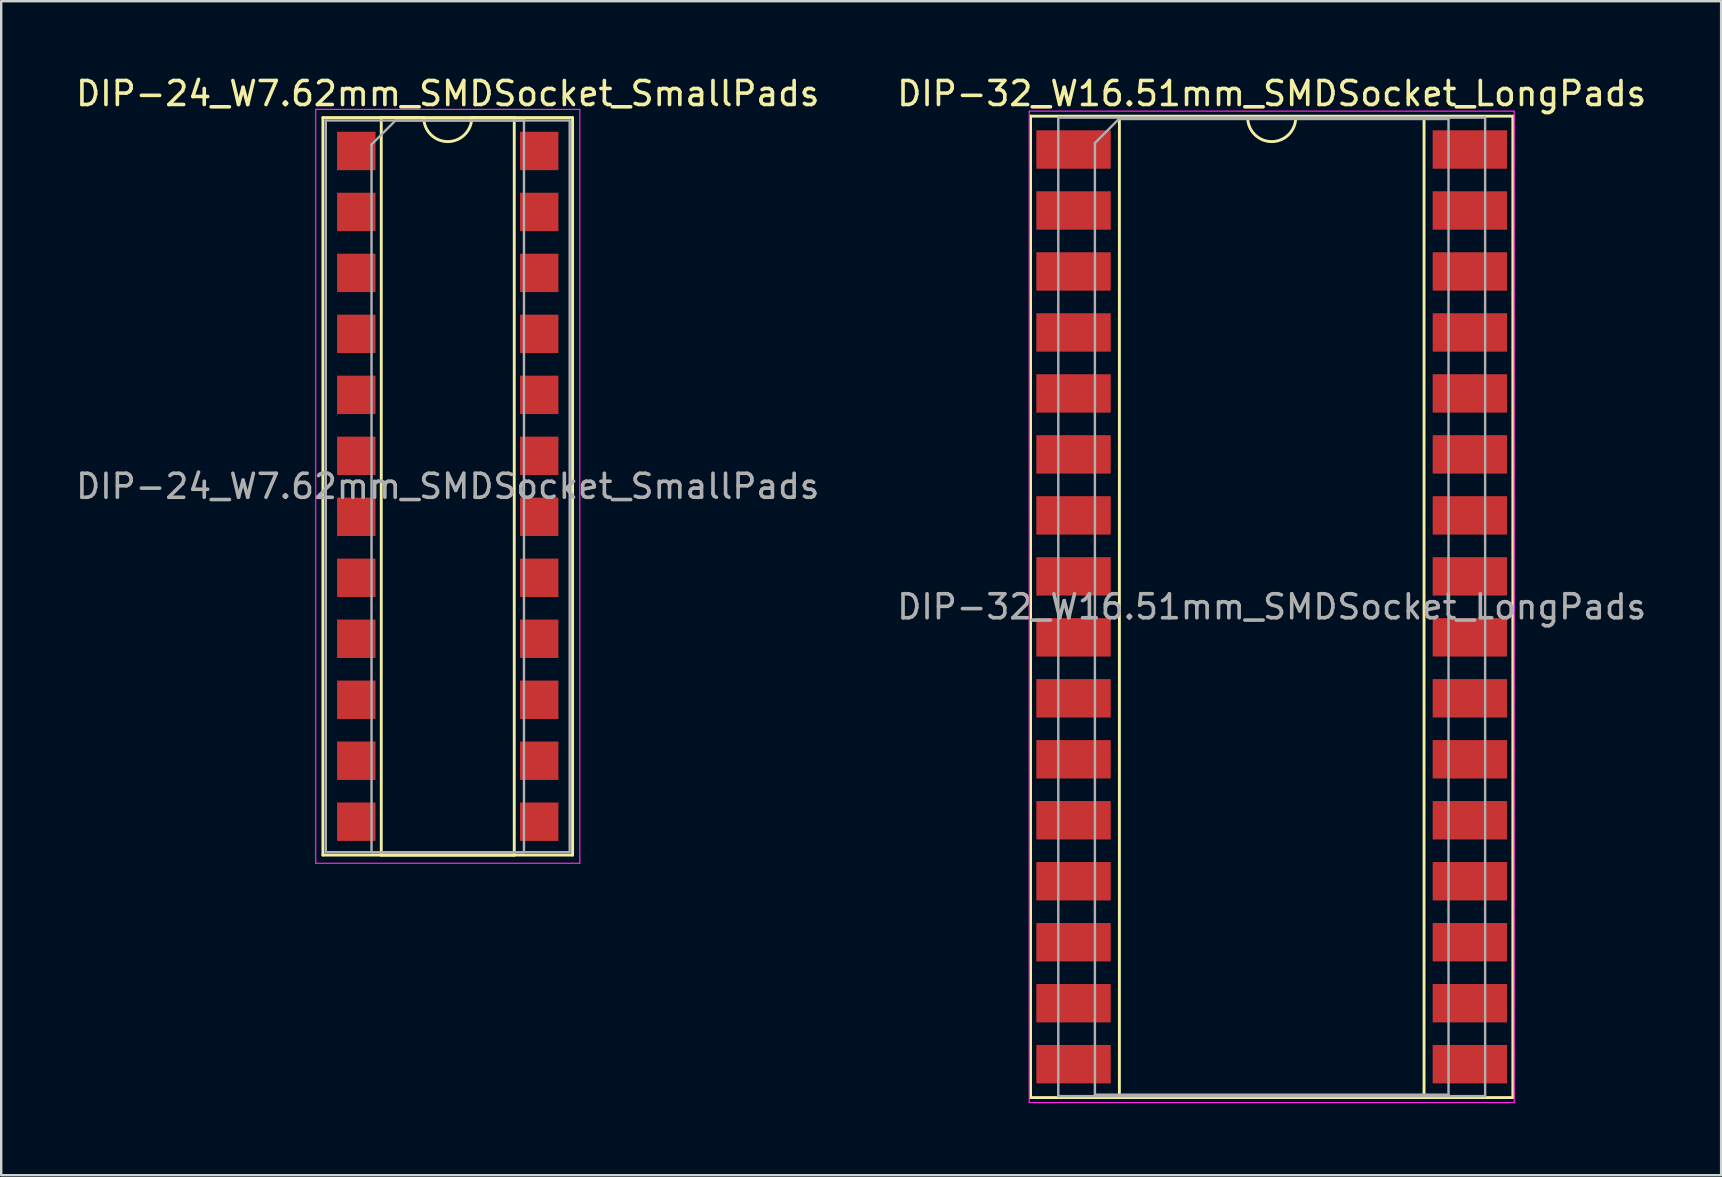
<source format=kicad_pcb>
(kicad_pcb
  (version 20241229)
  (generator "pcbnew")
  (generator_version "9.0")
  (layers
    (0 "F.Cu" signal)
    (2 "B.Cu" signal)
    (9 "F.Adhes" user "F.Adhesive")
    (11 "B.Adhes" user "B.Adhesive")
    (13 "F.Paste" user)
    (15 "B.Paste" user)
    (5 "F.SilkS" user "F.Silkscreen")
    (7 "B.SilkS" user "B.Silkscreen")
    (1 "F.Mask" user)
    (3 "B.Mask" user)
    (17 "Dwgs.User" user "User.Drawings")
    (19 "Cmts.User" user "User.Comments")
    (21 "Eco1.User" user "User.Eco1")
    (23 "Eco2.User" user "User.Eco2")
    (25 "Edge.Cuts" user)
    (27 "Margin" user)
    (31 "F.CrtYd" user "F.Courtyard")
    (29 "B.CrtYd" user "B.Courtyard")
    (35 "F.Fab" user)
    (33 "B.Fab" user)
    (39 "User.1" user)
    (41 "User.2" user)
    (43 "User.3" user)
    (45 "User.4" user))
  (footprint "DIP-24_W7.62mm_SMDSocket_SmallPads"
    (layer "F.Cu")
    (at 15.601 17.208)
    (property "Reference" "DIP-24_W7.62mm_SMDSocket_SmallPads" (at 0 -16.36 0) (layer "F.SilkS") (effects (font (size 1 1) (thickness 0.15))))
    (attr smd)
    (fp_line (start -5.2 -15.36) (end -5.2 15.36) (stroke (width 0.12) (type solid)) (layer "F.SilkS"))
    (fp_line (start -5.2 15.36) (end 5.2 15.36) (stroke (width 0.12) (type solid)) (layer "F.SilkS"))
    (fp_line (start -2.77 -15.36) (end -2.77 15.36) (stroke (width 0.12) (type solid)) (layer "F.SilkS"))
    (fp_line (start -2.77 15.36) (end 2.77 15.36) (stroke (width 0.12) (type solid)) (layer "F.SilkS"))
    (fp_line (start -1 -15.36) (end -2.77 -15.36) (stroke (width 0.12) (type solid)) (layer "F.SilkS"))
    (fp_line (start 2.77 -15.36) (end 1 -15.36) (stroke (width 0.12) (type solid)) (layer "F.SilkS"))
    (fp_line (start 2.77 15.36) (end 2.77 -15.36) (stroke (width 0.12) (type solid)) (layer "F.SilkS"))
    (fp_line (start 5.2 -15.36) (end -5.2 -15.36) (stroke (width 0.12) (type solid)) (layer "F.SilkS"))
    (fp_line (start 5.2 15.36) (end 5.2 -15.36) (stroke (width 0.12) (type solid)) (layer "F.SilkS"))
    (fp_arc (start 1 -15.36) (mid 0 -14.36) (end -1 -15.36) (stroke (width 0.12) (type solid)) (layer "F.SilkS"))
    (fp_line (start -5.5 -15.7) (end -5.5 15.7) (stroke (width 0.05) (type solid)) (layer "F.CrtYd"))
    (fp_line (start -5.5 15.7) (end 5.5 15.7) (stroke (width 0.05) (type solid)) (layer "F.CrtYd"))
    (fp_line (start 5.5 -15.7) (end -5.5 -15.7) (stroke (width 0.05) (type solid)) (layer "F.CrtYd"))
    (fp_line (start 5.5 15.7) (end 5.5 -15.7) (stroke (width 0.05) (type solid)) (layer "F.CrtYd"))
    (fp_line (start -5.08 -15.24) (end -5.08 15.24) (stroke (width 0.1) (type solid)) (layer "F.Fab"))
    (fp_line (start -5.08 15.24) (end 5.08 15.24) (stroke (width 0.1) (type solid)) (layer "F.Fab"))
    (fp_line (start -3.175 -14.24) (end -2.175 -15.24) (stroke (width 0.1) (type solid)) (layer "F.Fab"))
    (fp_line (start -3.175 15.24) (end -3.175 -14.24) (stroke (width 0.1) (type solid)) (layer "F.Fab"))
    (fp_line (start -2.175 -15.24) (end 3.175 -15.24) (stroke (width 0.1) (type solid)) (layer "F.Fab"))
    (fp_line (start 3.175 -15.24) (end 3.175 15.24) (stroke (width 0.1) (type solid)) (layer "F.Fab"))
    (fp_line (start 3.175 15.24) (end -3.175 15.24) (stroke (width 0.1) (type solid)) (layer "F.Fab"))
    (fp_line (start 5.08 -15.24) (end -5.08 -15.24) (stroke (width 0.1) (type solid)) (layer "F.Fab"))
    (fp_line (start 5.08 15.24) (end 5.08 -15.24) (stroke (width 0.1) (type solid)) (layer "F.Fab"))
    (fp_text user "${REFERENCE}" (at 0 0 0) (layer "F.Fab") (effects (font (size 1 1) (thickness 0.15))))
    (pad "1" smd rect (at -3.81 -13.97) (size 1.6 1.6) (layers "F.Cu" "F.Mask" "F.Paste"))
    (pad "2" smd rect (at -3.81 -11.43) (size 1.6 1.6) (layers "F.Cu" "F.Mask" "F.Paste"))
    (pad "3" smd rect (at -3.81 -8.89) (size 1.6 1.6) (layers "F.Cu" "F.Mask" "F.Paste"))
    (pad "4" smd rect (at -3.81 -6.35) (size 1.6 1.6) (layers "F.Cu" "F.Mask" "F.Paste"))
    (pad "5" smd rect (at -3.81 -3.81) (size 1.6 1.6) (layers "F.Cu" "F.Mask" "F.Paste"))
    (pad "6" smd rect (at -3.81 -1.27) (size 1.6 1.6) (layers "F.Cu" "F.Mask" "F.Paste"))
    (pad "7" smd rect (at -3.81 1.27) (size 1.6 1.6) (layers "F.Cu" "F.Mask" "F.Paste"))
    (pad "8" smd rect (at -3.81 3.81) (size 1.6 1.6) (layers "F.Cu" "F.Mask" "F.Paste"))
    (pad "9" smd rect (at -3.81 6.35) (size 1.6 1.6) (layers "F.Cu" "F.Mask" "F.Paste"))
    (pad "10" smd rect (at -3.81 8.89) (size 1.6 1.6) (layers "F.Cu" "F.Mask" "F.Paste"))
    (pad "11" smd rect (at -3.81 11.43) (size 1.6 1.6) (layers "F.Cu" "F.Mask" "F.Paste"))
    (pad "12" smd rect (at -3.81 13.97) (size 1.6 1.6) (layers "F.Cu" "F.Mask" "F.Paste"))
    (pad "13" smd rect (at 3.81 13.97) (size 1.6 1.6) (layers "F.Cu" "F.Mask" "F.Paste"))
    (pad "14" smd rect (at 3.81 11.43) (size 1.6 1.6) (layers "F.Cu" "F.Mask" "F.Paste"))
    (pad "15" smd rect (at 3.81 8.89) (size 1.6 1.6) (layers "F.Cu" "F.Mask" "F.Paste"))
    (pad "16" smd rect (at 3.81 6.35) (size 1.6 1.6) (layers "F.Cu" "F.Mask" "F.Paste"))
    (pad "17" smd rect (at 3.81 3.81) (size 1.6 1.6) (layers "F.Cu" "F.Mask" "F.Paste"))
    (pad "18" smd rect (at 3.81 1.27) (size 1.6 1.6) (layers "F.Cu" "F.Mask" "F.Paste"))
    (pad "19" smd rect (at 3.81 -1.27) (size 1.6 1.6) (layers "F.Cu" "F.Mask" "F.Paste"))
    (pad "20" smd rect (at 3.81 -3.81) (size 1.6 1.6) (layers "F.Cu" "F.Mask" "F.Paste"))
    (pad "21" smd rect (at 3.81 -6.35) (size 1.6 1.6) (layers "F.Cu" "F.Mask" "F.Paste"))
    (pad "22" smd rect (at 3.81 -8.89) (size 1.6 1.6) (layers "F.Cu" "F.Mask" "F.Paste"))
    (pad "23" smd rect (at 3.81 -11.43) (size 1.6 1.6) (layers "F.Cu" "F.Mask" "F.Paste"))
    (pad "24" smd rect (at 3.81 -13.97) (size 1.6 1.6) (layers "F.Cu" "F.Mask" "F.Paste")))
  (footprint "DIP-32_W16.51mm_SMDSocket_LongPads"
    (layer "F.Cu")
    (at 49.923 22.228)
    (property "Reference" "DIP-32_W16.51mm_SMDSocket_LongPads" (at 0 -21.38 0) (layer "F.SilkS") (effects (font (size 1 1) (thickness 0.15))))
    (attr smd)
    (fp_line (start -10.045 -20.44) (end -10.045 20.44) (stroke (width 0.12) (type solid)) (layer "F.SilkS"))
    (fp_line (start -10.045 20.44) (end 10.045 20.44) (stroke (width 0.12) (type solid)) (layer "F.SilkS"))
    (fp_line (start -6.345 -20.38) (end -6.345 20.38) (stroke (width 0.12) (type solid)) (layer "F.SilkS"))
    (fp_line (start -6.345 20.38) (end 6.345 20.38) (stroke (width 0.12) (type solid)) (layer "F.SilkS"))
    (fp_line (start -1 -20.38) (end -6.345 -20.38) (stroke (width 0.12) (type solid)) (layer "F.SilkS"))
    (fp_line (start 6.345 -20.38) (end 1 -20.38) (stroke (width 0.12) (type solid)) (layer "F.SilkS"))
    (fp_line (start 6.345 20.38) (end 6.345 -20.38) (stroke (width 0.12) (type solid)) (layer "F.SilkS"))
    (fp_line (start 10.045 -20.44) (end -10.045 -20.44) (stroke (width 0.12) (type solid)) (layer "F.SilkS"))
    (fp_line (start 10.045 20.44) (end 10.045 -20.44) (stroke (width 0.12) (type solid)) (layer "F.SilkS"))
    (fp_arc (start 1 -20.38) (mid 0 -19.38) (end -1 -20.38) (stroke (width 0.12) (type solid)) (layer "F.SilkS"))
    (fp_line (start -10.1 -20.65) (end -10.1 20.65) (stroke (width 0.05) (type solid)) (layer "F.CrtYd"))
    (fp_line (start -10.1 20.65) (end 10.1 20.65) (stroke (width 0.05) (type solid)) (layer "F.CrtYd"))
    (fp_line (start 10.1 -20.65) (end -10.1 -20.65) (stroke (width 0.05) (type solid)) (layer "F.CrtYd"))
    (fp_line (start 10.1 20.65) (end 10.1 -20.65) (stroke (width 0.05) (type solid)) (layer "F.CrtYd"))
    (fp_line (start -8.89 -20.38) (end -8.89 20.38) (stroke (width 0.1) (type solid)) (layer "F.Fab"))
    (fp_line (start -8.89 20.38) (end 8.89 20.38) (stroke (width 0.1) (type solid)) (layer "F.Fab"))
    (fp_line (start -7.365 -19.32) (end -6.365 -20.32) (stroke (width 0.1) (type solid)) (layer "F.Fab"))
    (fp_line (start -7.365 20.32) (end -7.365 -19.32) (stroke (width 0.1) (type solid)) (layer "F.Fab"))
    (fp_line (start -6.365 -20.32) (end 7.365 -20.32) (stroke (width 0.1) (type solid)) (layer "F.Fab"))
    (fp_line (start 7.365 -20.32) (end 7.365 20.32) (stroke (width 0.1) (type solid)) (layer "F.Fab"))
    (fp_line (start 7.365 20.32) (end -7.365 20.32) (stroke (width 0.1) (type solid)) (layer "F.Fab"))
    (fp_line (start 8.89 -20.38) (end -8.89 -20.38) (stroke (width 0.1) (type solid)) (layer "F.Fab"))
    (fp_line (start 8.89 20.38) (end 8.89 -20.38) (stroke (width 0.1) (type solid)) (layer "F.Fab"))
    (fp_text user "${REFERENCE}" (at 0 0 0) (layer "F.Fab") (effects (font (size 1 1) (thickness 0.15))))
    (pad "1" smd rect (at -8.255 -19.05) (size 3.1 1.6) (layers "F.Cu" "F.Mask" "F.Paste"))
    (pad "2" smd rect (at -8.255 -16.51) (size 3.1 1.6) (layers "F.Cu" "F.Mask" "F.Paste"))
    (pad "3" smd rect (at -8.255 -13.97) (size 3.1 1.6) (layers "F.Cu" "F.Mask" "F.Paste"))
    (pad "4" smd rect (at -8.255 -11.43) (size 3.1 1.6) (layers "F.Cu" "F.Mask" "F.Paste"))
    (pad "5" smd rect (at -8.255 -8.89) (size 3.1 1.6) (layers "F.Cu" "F.Mask" "F.Paste"))
    (pad "6" smd rect (at -8.255 -6.35) (size 3.1 1.6) (layers "F.Cu" "F.Mask" "F.Paste"))
    (pad "7" smd rect (at -8.255 -3.81) (size 3.1 1.6) (layers "F.Cu" "F.Mask" "F.Paste"))
    (pad "8" smd rect (at -8.255 -1.27) (size 3.1 1.6) (layers "F.Cu" "F.Mask" "F.Paste"))
    (pad "9" smd rect (at -8.255 1.27) (size 3.1 1.6) (layers "F.Cu" "F.Mask" "F.Paste"))
    (pad "10" smd rect (at -8.255 3.81) (size 3.1 1.6) (layers "F.Cu" "F.Mask" "F.Paste"))
    (pad "11" smd rect (at -8.255 6.35) (size 3.1 1.6) (layers "F.Cu" "F.Mask" "F.Paste"))
    (pad "12" smd rect (at -8.255 8.89) (size 3.1 1.6) (layers "F.Cu" "F.Mask" "F.Paste"))
    (pad "13" smd rect (at -8.255 11.43) (size 3.1 1.6) (layers "F.Cu" "F.Mask" "F.Paste"))
    (pad "14" smd rect (at -8.255 13.97) (size 3.1 1.6) (layers "F.Cu" "F.Mask" "F.Paste"))
    (pad "15" smd rect (at -8.255 16.51) (size 3.1 1.6) (layers "F.Cu" "F.Mask" "F.Paste"))
    (pad "16" smd rect (at -8.255 19.05) (size 3.1 1.6) (layers "F.Cu" "F.Mask" "F.Paste"))
    (pad "17" smd rect (at 8.255 19.05) (size 3.1 1.6) (layers "F.Cu" "F.Mask" "F.Paste"))
    (pad "18" smd rect (at 8.255 16.51) (size 3.1 1.6) (layers "F.Cu" "F.Mask" "F.Paste"))
    (pad "19" smd rect (at 8.255 13.97) (size 3.1 1.6) (layers "F.Cu" "F.Mask" "F.Paste"))
    (pad "20" smd rect (at 8.255 11.43) (size 3.1 1.6) (layers "F.Cu" "F.Mask" "F.Paste"))
    (pad "21" smd rect (at 8.255 8.89) (size 3.1 1.6) (layers "F.Cu" "F.Mask" "F.Paste"))
    (pad "22" smd rect (at 8.255 6.35) (size 3.1 1.6) (layers "F.Cu" "F.Mask" "F.Paste"))
    (pad "23" smd rect (at 8.255 3.81) (size 3.1 1.6) (layers "F.Cu" "F.Mask" "F.Paste"))
    (pad "24" smd rect (at 8.255 1.27) (size 3.1 1.6) (layers "F.Cu" "F.Mask" "F.Paste"))
    (pad "25" smd rect (at 8.255 -1.27) (size 3.1 1.6) (layers "F.Cu" "F.Mask" "F.Paste"))
    (pad "26" smd rect (at 8.255 -3.81) (size 3.1 1.6) (layers "F.Cu" "F.Mask" "F.Paste"))
    (pad "27" smd rect (at 8.255 -6.35) (size 3.1 1.6) (layers "F.Cu" "F.Mask" "F.Paste"))
    (pad "28" smd rect (at 8.255 -8.89) (size 3.1 1.6) (layers "F.Cu" "F.Mask" "F.Paste"))
    (pad "29" smd rect (at 8.255 -11.43) (size 3.1 1.6) (layers "F.Cu" "F.Mask" "F.Paste"))
    (pad "30" smd rect (at 8.255 -13.97) (size 3.1 1.6) (layers "F.Cu" "F.Mask" "F.Paste"))
    (pad "31" smd rect (at 8.255 -16.51) (size 3.1 1.6) (layers "F.Cu" "F.Mask" "F.Paste"))
    (pad "32" smd rect (at 8.255 -19.05) (size 3.1 1.6) (layers "F.Cu" "F.Mask" "F.Paste")))
  (gr_rect
    (start -3 -3)
    (end 68.643 45.903)
    (stroke (width 0.1) (type default))
    (fill no)
    (layer "Edge.Cuts")))
</source>
